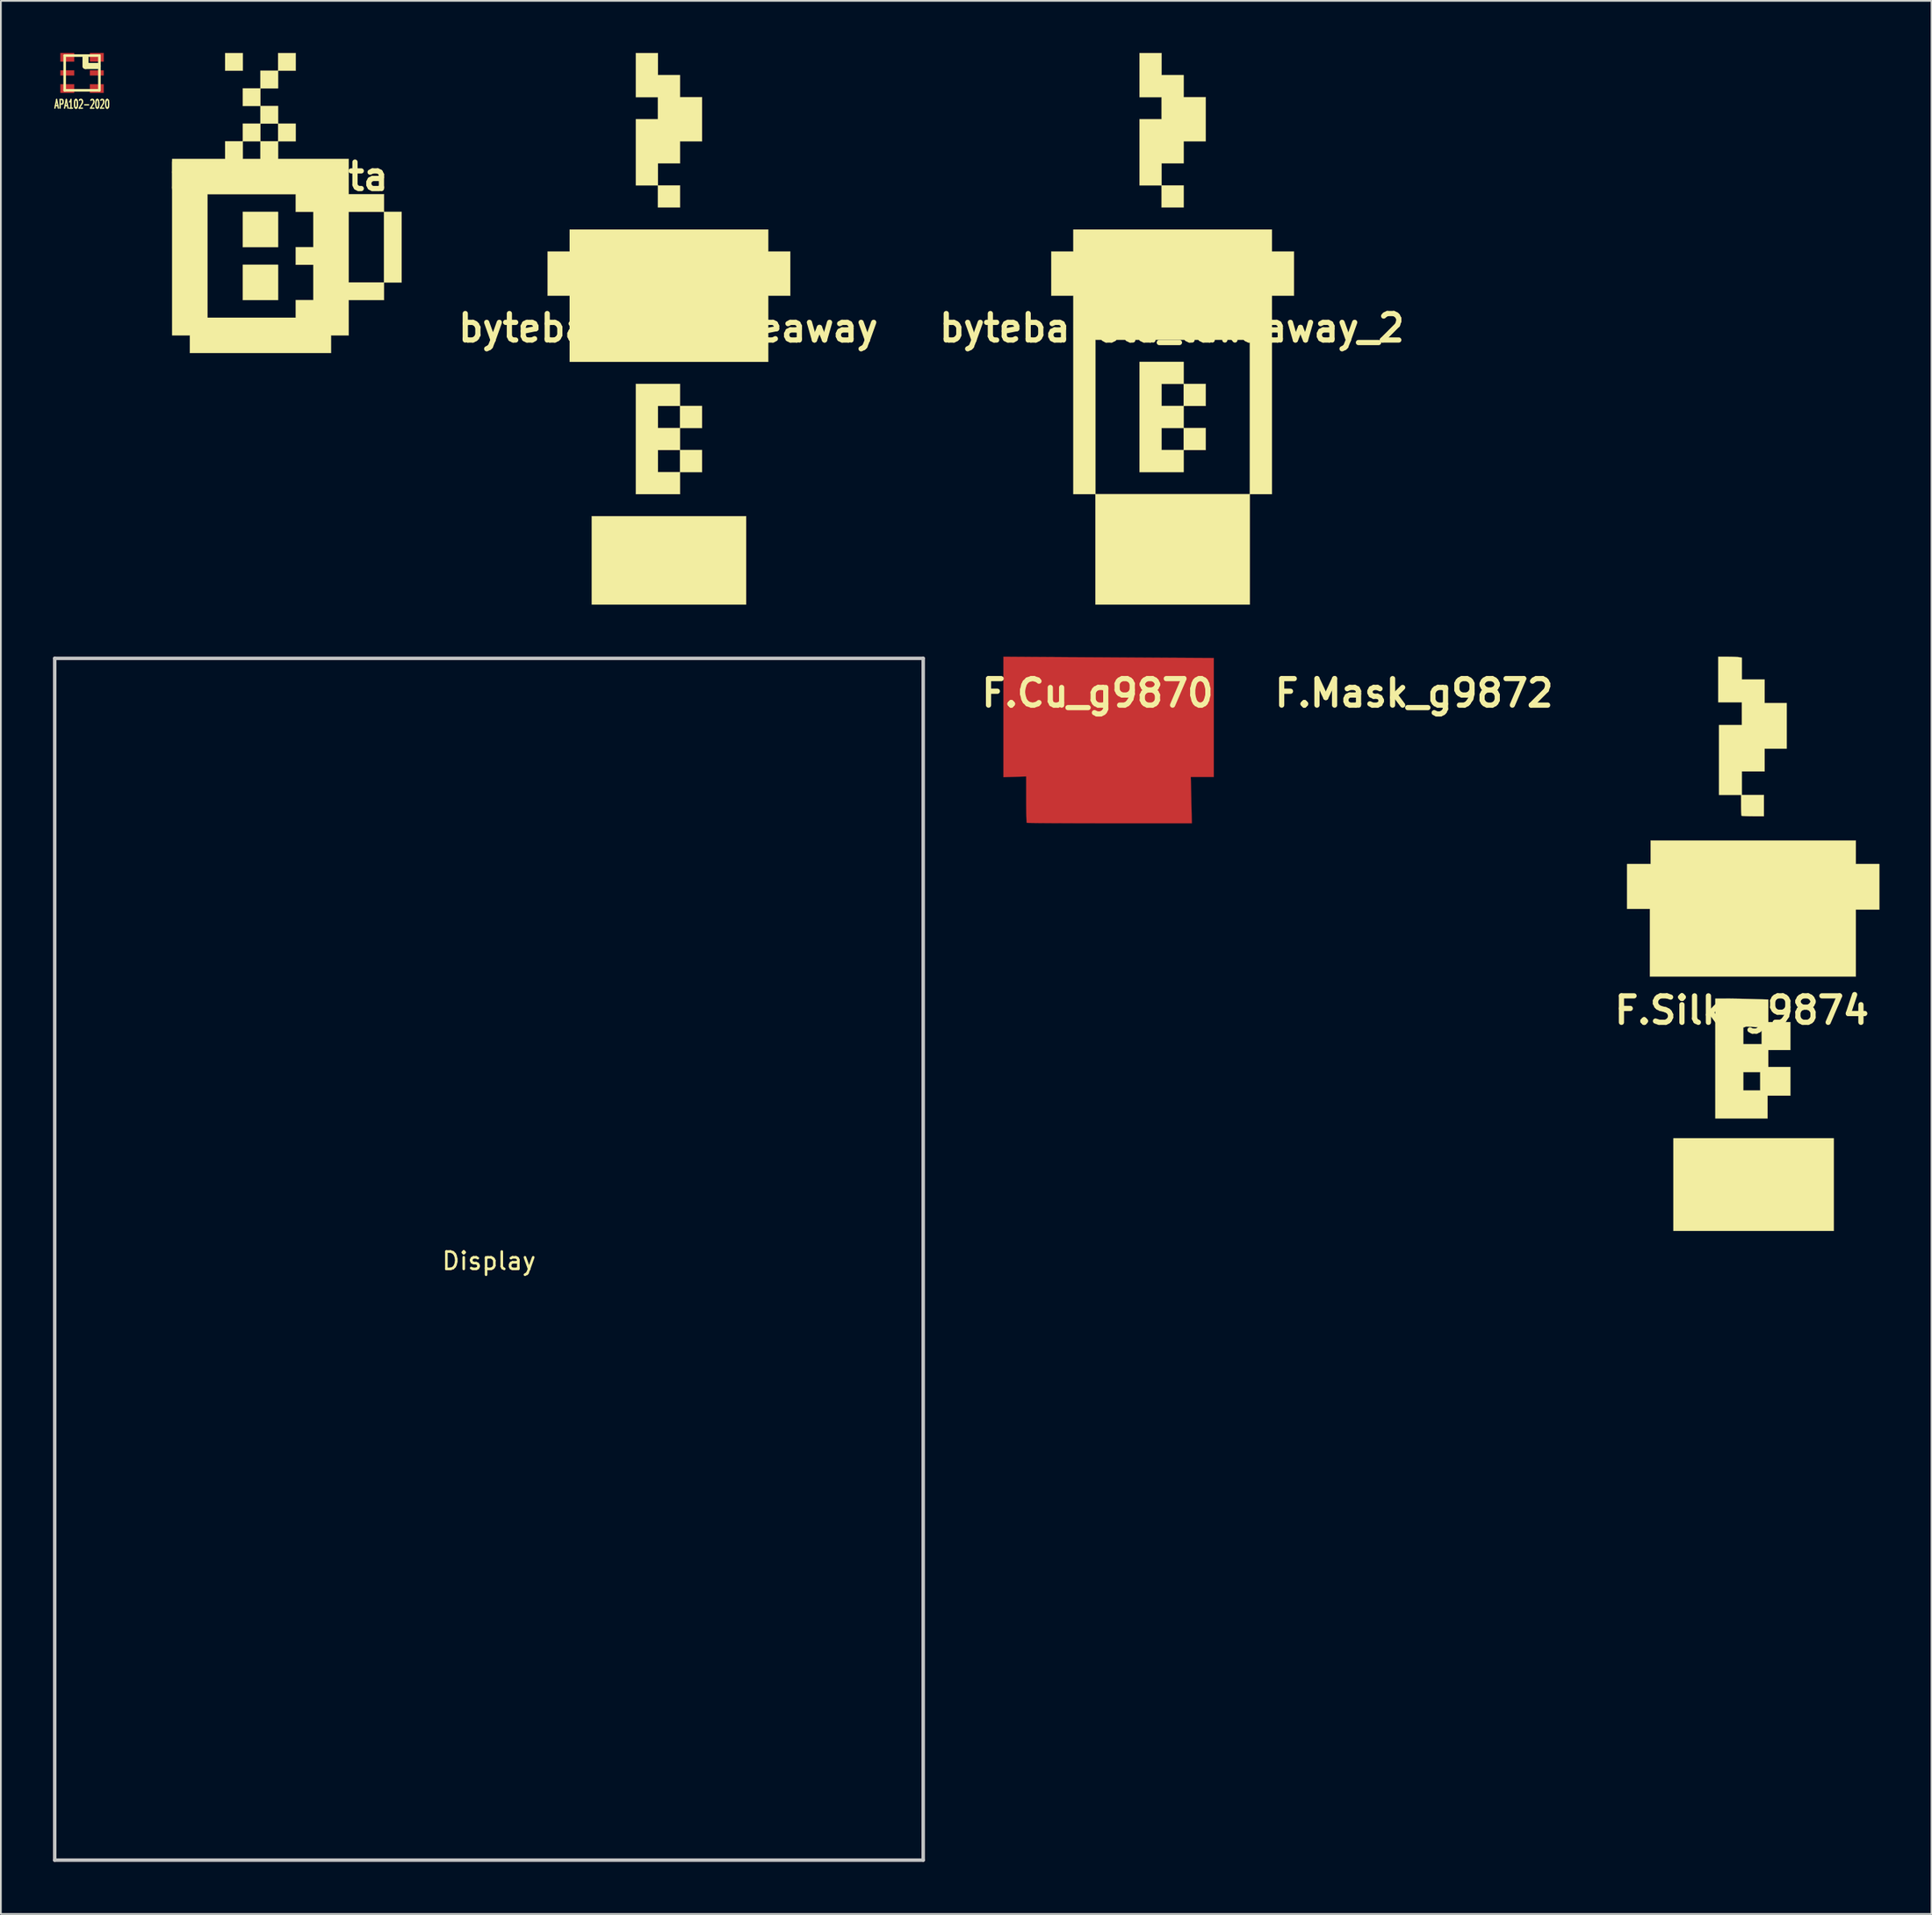
<source format=kicad_pcb>
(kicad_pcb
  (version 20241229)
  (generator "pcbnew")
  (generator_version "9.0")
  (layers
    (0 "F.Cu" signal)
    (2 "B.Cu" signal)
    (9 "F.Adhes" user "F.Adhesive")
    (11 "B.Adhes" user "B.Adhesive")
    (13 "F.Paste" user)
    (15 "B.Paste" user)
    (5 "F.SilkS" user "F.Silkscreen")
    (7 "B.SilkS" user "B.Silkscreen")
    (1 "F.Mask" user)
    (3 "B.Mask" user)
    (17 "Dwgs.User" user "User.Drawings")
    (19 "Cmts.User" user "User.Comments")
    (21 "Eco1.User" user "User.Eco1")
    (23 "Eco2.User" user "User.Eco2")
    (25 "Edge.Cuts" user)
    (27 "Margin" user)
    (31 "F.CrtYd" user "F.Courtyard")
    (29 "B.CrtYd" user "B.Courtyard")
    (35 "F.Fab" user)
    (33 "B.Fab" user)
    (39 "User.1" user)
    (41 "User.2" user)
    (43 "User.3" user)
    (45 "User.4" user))
  (footprint "F.Mask_g9872"
    (layer "F.Cu")
    (at 78.356 36.861)
    (property "Reference" "F.Mask_g9872" (at 0 0 0) (layer "F.SilkS") (effects (font (size 1.524 1.524) (thickness 0.3))))
    (attr through_hole)
    (fp_poly (pts (xy -4.053 -2.086) (xy -3.822 -2.084) (xy -3.513 -2.082) (xy -3.136 -2.08) (xy -2.696 -2.077) (xy -2.203 -2.074) (xy -1.663 -2.07) (xy -1.085 -2.067) (xy -0.476 -2.063) (xy 0.156 -2.06) (xy 0.804 -2.056) (xy 1.459 -2.052) (xy 2 -2.049) (xy 6.689 -2.022) (xy 6.689 4.826) (xy 5.364 4.826) (xy 5.425 7.493) (xy 0.688 7.493) (xy 0.061 7.493) (xy -0.541 7.492) (xy -1.115 7.491) (xy -1.654 7.489) (xy -2.153 7.487) (xy -2.606 7.485) (xy -3.009 7.482) (xy -3.356 7.48) (xy -3.641 7.476) (xy -3.859 7.473) (xy -4.005 7.47) (xy -4.074 7.466) (xy -4.078 7.465) (xy -4.085 7.417) (xy -4.091 7.295) (xy -4.097 7.109) (xy -4.101 6.87) (xy -4.104 6.588) (xy -4.106 6.274) (xy -4.106 6.117) (xy -4.106 4.797) (xy -4.763 4.817) (xy -5.419 4.837) (xy -5.419 1.371) (xy -5.419 -2.095) (xy -4.053 -2.086)) (stroke (width 0.01) (type solid)) (fill yes) (layer "F.Mask")))
  (footprint "APA102-2020"
    (layer "F.Cu")
    (at 1.674 1.15)
    (property "Reference" "APA102-2020" (at 0 1.8 0) (layer "F.SilkS") (effects (font (size 0.5 0.3) (thickness 0.075))))
    (attr through_hole)
    (fp_line (start -1 -1) (end 1 -1) (stroke (width 0.15) (type solid)) (layer "F.SilkS"))
    (fp_line (start -1 1) (end -1 -1) (stroke (width 0.15) (type solid)) (layer "F.SilkS"))
    (fp_line (start 0.2 -0.4) (end 0.2 -0.9) (stroke (width 0.35) (type solid)) (layer "F.SilkS"))
    (fp_line (start 0.9 -0.4) (end 0.2 -0.4) (stroke (width 0.35) (type solid)) (layer "F.SilkS"))
    (fp_line (start 1 -1) (end 1 1) (stroke (width 0.15) (type solid)) (layer "F.SilkS"))
    (fp_line (start 1 1) (end -1 1) (stroke (width 0.15) (type solid)) (layer "F.SilkS"))
    (pad "1" smd rect (at 0.85 -0.9) (size 0.8 0.5) (layers "F.Cu" "F.Mask" "F.Paste"))
    (pad "2" smd rect (at -0.85 -0.9) (size 0.8 0.5) (layers "F.Cu" "F.Mask" "F.Paste"))
    (pad "3" smd rect (at -0.85 0) (size 0.8 0.3) (layers "F.Cu" "F.Mask" "F.Paste"))
    (pad "4" smd rect (at -0.85 0.9) (size 0.8 0.5) (layers "F.Cu" "F.Mask" "F.Paste"))
    (pad "5" smd rect (at 0.85 0.9) (size 0.8 0.5) (layers "F.Cu" "F.Mask" "F.Paste"))
    (pad "6" smd rect (at 0.85 0) (size 0.8 0.3) (layers "F.Cu" "F.Mask" "F.Paste")))
  (footprint "bytebarista_takeaway"
    (layer "F.Cu")
    (at 35.42 15.838)
    (property "Reference" "bytebarista_takeaway" (at 0 0 0) (layer "F.SilkS") (effects (font (size 1.524 1.524) (thickness 0.3))))
    (attr through_hole)
    (fp_poly (pts (xy 0.677 -8.213) (xy 0.677 -6.943) (xy -0.593 -6.943) (xy -0.593 -8.213) (xy 0.677 -8.213)) (stroke (width 0.01) (type solid)) (fill yes) (layer "F.SilkS"))
    (fp_poly (pts (xy 0.677 4.487) (xy 1.947 4.487) (xy 1.947 5.757) (xy 0.677 5.757) (xy 0.677 4.487)) (stroke (width 0.01) (type solid)) (fill yes) (layer "F.SilkS"))
    (fp_poly (pts (xy 0.677 7.027) (xy 1.947 7.027) (xy 1.947 8.297) (xy 0.677 8.297) (xy 0.677 7.027)) (stroke (width 0.01) (type solid)) (fill yes) (layer "F.SilkS"))
    (fp_poly (pts (xy 4.487 15.917) (xy -4.403 15.917) (xy -4.403 10.837) (xy 4.487 10.837) (xy 4.487 15.917)) (stroke (width 0.01) (type solid)) (fill yes) (layer "F.SilkS"))
    (fp_poly (pts (xy 0.677 7.027) (xy -0.593 7.027) (xy -0.593 8.297) (xy 0.677 8.297) (xy 0.677 9.567) (xy -1.863 9.567) (xy -1.863 3.217) (xy 0.677 3.217) (xy 0.677 4.487) (xy -0.593 4.487) (xy -0.593 5.757) (xy 0.677 5.757) (xy 0.677 7.027)) (stroke (width 0.01) (type solid)) (fill yes) (layer "F.SilkS"))
    (fp_poly (pts (xy 5.757 -4.403) (xy 7.027 -4.403) (xy 7.027 -1.863) (xy 5.757 -1.863) (xy 5.757 1.947) (xy -5.673 1.947) (xy -5.673 -1.863) (xy -6.943 -1.863) (xy -6.943 -4.403) (xy -5.673 -4.403) (xy -5.673 -5.673) (xy 5.757 -5.673) (xy 5.757 -4.403)) (stroke (width 0.01) (type solid)) (fill yes) (layer "F.SilkS"))
    (fp_poly (pts (xy -1.863 -8.213) (xy -1.863 -12.023) (xy -0.593 -12.023) (xy -0.593 -13.293) (xy -1.863 -13.293) (xy -1.863 -15.833) (xy -0.593 -15.833) (xy -0.593 -14.563) (xy 0.677 -14.563) (xy 0.677 -13.293) (xy 1.947 -13.293) (xy 1.947 -10.753) (xy 0.677 -10.753) (xy 0.677 -9.483) (xy -0.593 -9.483) (xy -0.593 -8.213) (xy -1.863 -8.213)) (stroke (width 0.01) (type solid)) (fill yes) (layer "F.SilkS")))
  (footprint "F.Silk_g9874"
    (layer "F.Cu")
    (at 97.228 55.127)
    (property "Reference" "F.Silk_g9874" (at 0 0 0) (layer "F.SilkS") (effects (font (size 1.524 1.524) (thickness 0.3))))
    (attr through_hole)
    (fp_poly (pts (xy 5.292 12.7) (xy -3.937 12.7) (xy -3.937 7.366) (xy 5.292 7.366) (xy 5.292 12.7)) (stroke (width 0.01) (type solid)) (fill yes) (layer "F.SilkS"))
    (fp_poly (pts (xy 6.562 -8.424) (xy 7.916 -8.424) (xy 7.916 -5.8) (xy 6.562 -5.8) (xy 6.562 -1.947) (xy -5.292 -1.947) (xy -5.292 -5.842) (xy -6.604 -5.842) (xy -6.604 -8.424) (xy -5.249 -8.424) (xy -5.249 -9.779) (xy 6.562 -9.779) (xy 6.562 -8.424)) (stroke (width 0.01) (type solid)) (fill yes) (layer "F.SilkS"))
    (fp_poly (pts (xy -0.836 -20.362) (xy -0.618 -20.36) (xy -0.416 -20.354) (xy -0.254 -20.345) (xy -0.159 -20.335) (xy 0 -20.309) (xy 0 -19.05) (xy 1.312 -19.05) (xy 1.312 -17.695) (xy 2.582 -17.695) (xy 2.582 -15.071) (xy 1.312 -15.071) (xy 1.312 -13.758) (xy 0 -13.758) (xy 0 -12.404) (xy 1.27 -12.404) (xy 1.27 -11.176) (xy 0.642 -11.176) (xy 0.42 -11.178) (xy 0.228 -11.183) (xy 0.082 -11.19) (xy -0.001 -11.2) (xy -0.014 -11.204) (xy -0.024 -11.255) (xy -0.033 -11.374) (xy -0.039 -11.545) (xy -0.042 -11.752) (xy -0.042 -11.818) (xy -0.042 -12.404) (xy -1.312 -12.404) (xy -1.312 -16.425) (xy 0 -16.425) (xy 0 -17.738) (xy -1.355 -17.738) (xy -1.355 -20.362) (xy -0.836 -20.362)) (stroke (width 0.01) (type solid)) (fill yes) (layer "F.SilkS"))
    (fp_poly (pts (xy -0.74 -0.676) (xy -0.46 -0.672) (xy -0.142 -0.667) (xy 0.191 -0.659) (xy 0.516 -0.651) (xy 0.565 -0.649) (xy 1.524 -0.621) (xy 1.524 0.677) (xy 2.794 0.677) (xy 2.794 2.286) (xy 1.524 2.286) (xy 1.524 3.26) (xy 2.794 3.26) (xy 2.794 4.911) (xy 1.482 4.911) (xy 1.482 6.223) (xy -1.524 6.223) (xy -1.524 3.556) (xy 0.085 3.556) (xy 0.085 4.614) (xy 1.058 4.614) (xy 1.058 3.556) (xy 0.085 3.556) (xy -1.524 3.556) (xy -1.524 0.931) (xy 0.085 0.931) (xy 0.085 1.947) (xy 1.143 1.947) (xy 1.143 0.986) (xy 0.755 0.959) (xy 0.564 0.946) (xy 0.389 0.937) (xy 0.258 0.932) (xy 0.226 0.931) (xy 0.085 0.931) (xy -1.524 0.931) (xy -1.524 -0.677) (xy -0.959 -0.677) (xy -0.74 -0.676)) (stroke (width 0.01) (type solid)) (fill yes) (layer "F.SilkS")))
  (footprint "bytebarista_takeaway_2"
    (layer "F.Cu")
    (at 64.416 15.838)
    (property "Reference" "bytebarista_takeaway_2" (at 0 0 0) (layer "F.SilkS") (effects (font (size 1.524 1.524) (thickness 0.3))))
    (attr through_hole)
    (fp_poly (pts (xy 0.677 -8.213) (xy 0.677 -6.943) (xy -0.593 -6.943) (xy -0.593 -8.213) (xy 0.677 -8.213)) (stroke (width 0.01) (type solid)) (fill yes) (layer "F.SilkS"))
    (fp_poly (pts (xy 0.677 3.217) (xy 1.947 3.217) (xy 1.947 4.487) (xy 0.677 4.487) (xy 0.677 3.217)) (stroke (width 0.01) (type solid)) (fill yes) (layer "F.SilkS"))
    (fp_poly (pts (xy 0.677 5.757) (xy 1.947 5.757) (xy 1.947 7.027) (xy 0.677 7.027) (xy 0.677 5.757)) (stroke (width 0.01) (type solid)) (fill yes) (layer "F.SilkS"))
    (fp_poly (pts (xy 0.677 5.757) (xy -0.593 5.757) (xy -0.593 7.027) (xy 0.677 7.027) (xy 0.677 8.297) (xy -1.863 8.297) (xy -1.863 1.947) (xy 0.677 1.947) (xy 0.677 3.217) (xy -0.593 3.217) (xy -0.593 4.487) (xy 0.677 4.487) (xy 0.677 5.757)) (stroke (width 0.01) (type solid)) (fill yes) (layer "F.SilkS"))
    (fp_poly (pts (xy -1.863 -8.213) (xy -1.863 -12.023) (xy -0.593 -12.023) (xy -0.593 -13.293) (xy -1.863 -13.293) (xy -1.863 -15.833) (xy -0.593 -15.833) (xy -0.593 -14.563) (xy 0.677 -14.563) (xy 0.677 -13.293) (xy 1.947 -13.293) (xy 1.947 -10.753) (xy 0.677 -10.753) (xy 0.677 -9.483) (xy -0.593 -9.483) (xy -0.593 -8.213) (xy -1.863 -8.213)) (stroke (width 0.01) (type solid)) (fill yes) (layer "F.SilkS"))
    (fp_poly (pts (xy 5.757 -4.403) (xy 7.027 -4.403) (xy 7.027 -1.863) (xy 5.757 -1.863) (xy 5.757 9.567) (xy 4.487 9.567) (xy 4.487 15.917) (xy -4.403 15.917) (xy -4.403 9.567) (xy -5.673 9.567) (xy -5.673 0.677) (xy -4.403 0.677) (xy -4.403 9.567) (xy 4.487 9.567) (xy 4.487 0.677) (xy -4.403 0.677) (xy -5.673 0.677) (xy -5.673 -1.863) (xy -6.943 -1.863) (xy -6.943 -4.403) (xy -5.673 -4.403) (xy -5.673 -5.673) (xy 5.757 -5.673) (xy 5.757 -4.403)) (stroke (width 0.01) (type solid)) (fill yes) (layer "F.SilkS")))
  (footprint "Display"
    (layer "F.Cu")
    (at 25.1 69.06)
    (property "Reference" "Display" (at 0 0.5 0) (layer "F.SilkS") (effects (font (size 1 1) (thickness 0.15))))
    (attr through_hole)
    (fp_line (start -25 -34.2) (end -25 35) (stroke (width 0.2) (type solid)) (layer "Dwgs.User"))
    (fp_line (start -25 35) (end 25 35) (stroke (width 0.2) (type solid)) (layer "Dwgs.User"))
    (fp_line (start 25 -34.2) (end -25 -34.2) (stroke (width 0.2) (type solid)) (layer "Dwgs.User"))
    (fp_line (start 25 35) (end 25 -34.2) (stroke (width 0.2) (type solid)) (layer "Dwgs.User")))
  (footprint "F.Cu_g9870"
    (layer "F.Cu")
    (at 60.138 36.861)
    (property "Reference" "F.Cu_g9870" (at 0 0 0) (layer "F.SilkS") (effects (font (size 1.524 1.524) (thickness 0.3))))
    (attr through_hole)
    (fp_poly (pts (xy -4.053 -2.086) (xy -3.822 -2.084) (xy -3.513 -2.082) (xy -3.136 -2.08) (xy -2.696 -2.077) (xy -2.203 -2.074) (xy -1.663 -2.07) (xy -1.085 -2.067) (xy -0.476 -2.063) (xy 0.156 -2.06) (xy 0.804 -2.056) (xy 1.459 -2.052) (xy 2 -2.049) (xy 6.689 -2.022) (xy 6.689 4.826) (xy 5.364 4.826) (xy 5.425 7.493) (xy 0.688 7.493) (xy 0.061 7.493) (xy -0.541 7.492) (xy -1.115 7.491) (xy -1.654 7.489) (xy -2.153 7.487) (xy -2.606 7.485) (xy -3.009 7.482) (xy -3.356 7.48) (xy -3.641 7.476) (xy -3.859 7.473) (xy -4.005 7.47) (xy -4.074 7.466) (xy -4.078 7.465) (xy -4.085 7.417) (xy -4.091 7.295) (xy -4.097 7.109) (xy -4.101 6.87) (xy -4.104 6.588) (xy -4.106 6.274) (xy -4.106 6.117) (xy -4.106 4.797) (xy -4.763 4.817) (xy -5.419 4.837) (xy -5.419 1.371) (xy -5.419 -2.095) (xy -4.053 -2.086)) (stroke (width 0.01) (type solid)) (fill yes) (layer "F.Cu"))
    (pad "1" smd rect (at 5.8 3.4) (size 1.524 1.524) (layers "F.Cu" "F.Mask" "F.Paste")))
  (footprint "bytebarista"
    (layer "F.Cu")
    (at 12.959 7.117)
    (property "Reference" "bytebarista" (at 0 0 0) (layer "F.SilkS") (effects (font (size 1.524 1.524) (thickness 0.3))))
    (attr through_hole)
    (fp_poly (pts (xy -2.032 -6.096) (xy -3.048 -6.096) (xy -3.048 -7.112) (xy -2.032 -7.112) (xy -2.032 -6.096)) (stroke (width 0.01) (type solid)) (fill yes) (layer "F.SilkS"))
    (fp_poly (pts (xy -2.032 -4.064) (xy -2.032 -5.08) (xy -1.016 -5.08) (xy -1.016 -4.064) (xy -2.032 -4.064)) (stroke (width 0.01) (type solid)) (fill yes) (layer "F.SilkS"))
    (fp_poly (pts (xy -2.032 -3.048) (xy -1.016 -3.048) (xy -1.016 -2.032) (xy -2.032 -2.032) (xy -2.032 -3.048)) (stroke (width 0.01) (type solid)) (fill yes) (layer "F.SilkS"))
    (fp_poly (pts (xy -1.016 -6.096) (xy 0 -6.096) (xy 0 -5.08) (xy -1.016 -5.08) (xy -1.016 -6.096)) (stroke (width 0.01) (type solid)) (fill yes) (layer "F.SilkS"))
    (fp_poly (pts (xy -1.016 -4.064) (xy 0 -4.064) (xy 0 -3.048) (xy -1.016 -3.048) (xy -1.016 -4.064)) (stroke (width 0.01) (type solid)) (fill yes) (layer "F.SilkS"))
    (fp_poly (pts (xy 0 -7.112) (xy 1.016 -7.112) (xy 1.016 -6.096) (xy 0 -6.096) (xy 0 -7.112)) (stroke (width 0.01) (type solid)) (fill yes) (layer "F.SilkS"))
    (fp_poly (pts (xy 0 -3.048) (xy 1.016 -3.048) (xy 1.016 -2.032) (xy 0 -2.032) (xy 0 -3.048)) (stroke (width 0.01) (type solid)) (fill yes) (layer "F.SilkS"))
    (fp_poly (pts (xy 0 4.064) (xy -2.032 4.064) (xy -2.032 2.032) (xy 0 2.032) (xy 0 4.064)) (stroke (width 0.01) (type solid)) (fill yes) (layer "F.SilkS"))
    (fp_poly (pts (xy 0 7.112) (xy -2.032 7.112) (xy -2.032 5.08) (xy 0 5.08) (xy 0 7.112)) (stroke (width 0.01) (type solid)) (fill yes) (layer "F.SilkS"))
    (fp_poly (pts (xy 6.096 2.032) (xy 7.112 2.032) (xy 7.112 6.096) (xy 6.096 6.096) (xy 6.096 2.032)) (stroke (width 0.01) (type solid)) (fill yes) (layer "F.SilkS"))
    (fp_poly (pts (xy 0 -1.016) (xy 4.064 -1.016) (xy 4.064 1.016) (xy 6.096 1.016) (xy 6.096 2.032) (xy 4.064 2.032) (xy 4.064 6.096) (xy 6.096 6.096) (xy 6.096 7.112) (xy 4.064 7.112) (xy 4.064 9.144) (xy 3.048 9.144) (xy 3.048 10.16) (xy -5.08 10.16) (xy -5.08 9.144) (xy -6.096 9.144) (xy -6.096 1.016) (xy -4.064 1.016) (xy -4.064 8.128) (xy 1.016 8.128) (xy 1.016 7.112) (xy 2.032 7.112) (xy 2.032 5.08) (xy 1.016 5.08) (xy 1.016 4.064) (xy 2.032 4.064) (xy 2.032 2.032) (xy 1.016 2.032) (xy 1.016 1.016) (xy -4.064 1.016) (xy -6.096 1.016) (xy -6.096 -1.016) (xy -3.048 -1.016) (xy -3.048 -2.032) (xy -2.032 -2.032) (xy -2.032 -1.016) (xy -1.016 -1.016) (xy -1.016 -2.032) (xy 0 -2.032) (xy 0 -1.016)) (stroke (width 0.01) (type solid)) (fill yes) (layer "F.SilkS")))
  (gr_rect
    (start -3 -3)
    (end 108.149 107.16)
    (stroke (width 0.1) (type default))
    (fill no)
    (layer "Edge.Cuts")))
</source>
